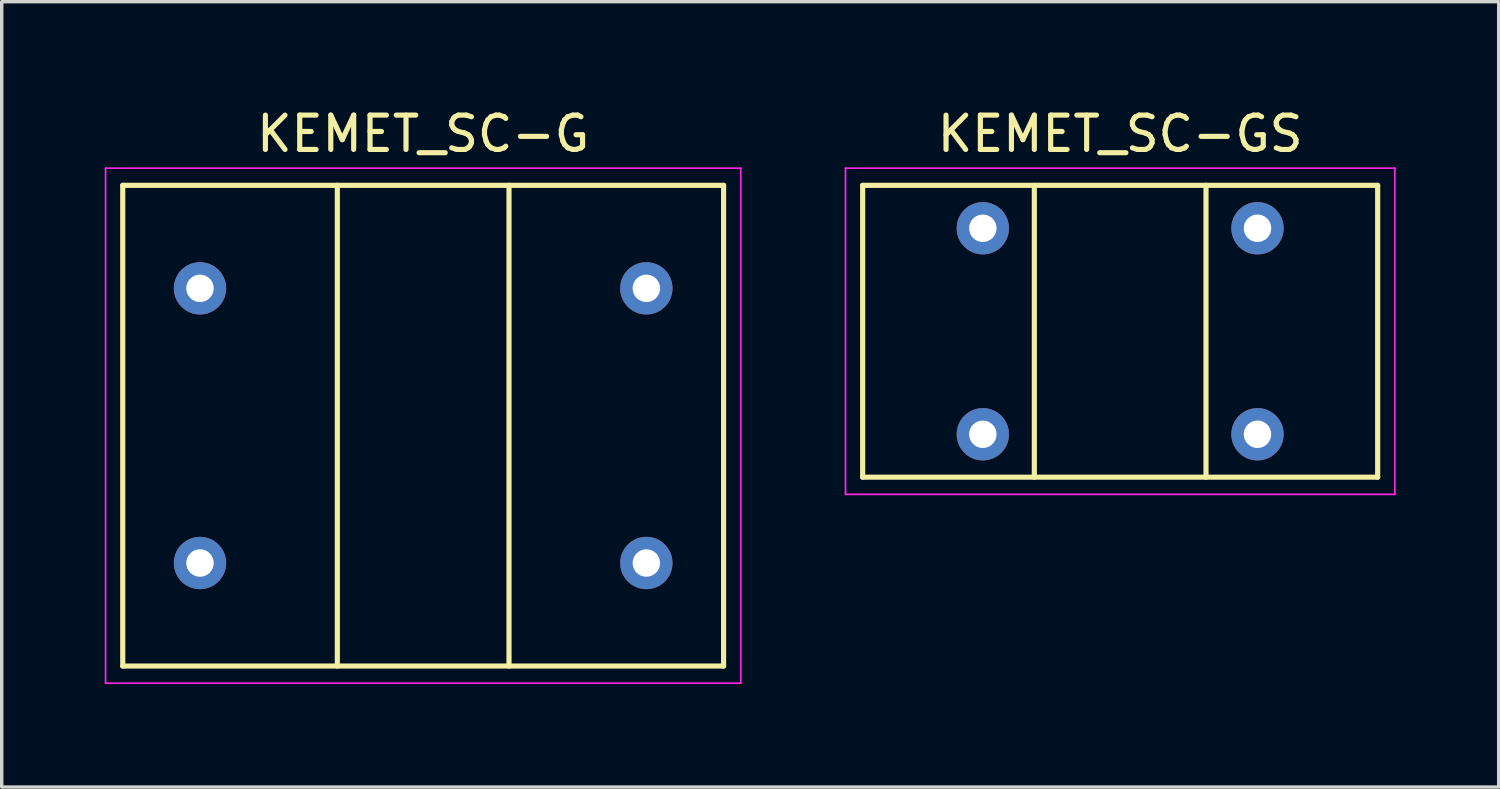
<source format=kicad_pcb>
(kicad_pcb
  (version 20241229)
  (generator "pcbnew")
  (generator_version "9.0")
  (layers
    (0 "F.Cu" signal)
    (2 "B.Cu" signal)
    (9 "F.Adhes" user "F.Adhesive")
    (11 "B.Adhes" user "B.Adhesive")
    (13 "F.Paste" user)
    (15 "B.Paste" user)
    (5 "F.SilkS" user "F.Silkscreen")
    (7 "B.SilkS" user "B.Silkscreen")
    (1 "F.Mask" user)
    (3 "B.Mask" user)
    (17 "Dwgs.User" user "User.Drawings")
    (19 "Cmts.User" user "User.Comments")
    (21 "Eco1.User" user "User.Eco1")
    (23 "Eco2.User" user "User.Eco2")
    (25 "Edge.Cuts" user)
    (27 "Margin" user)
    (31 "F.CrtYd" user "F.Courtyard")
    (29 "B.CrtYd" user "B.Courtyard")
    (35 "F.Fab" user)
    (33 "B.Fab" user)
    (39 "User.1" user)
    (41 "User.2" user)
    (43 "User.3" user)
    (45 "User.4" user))
  (footprint "KEMET_SC-GS"
    (layer "F.Cu")
    (at 29.575 6.598)
    (property "Reference" "KEMET_SC-GS" (at 0 -5.75 0) (layer "F.SilkS") (effects (font (size 1 1) (thickness 0.15))))
    (attr through_hole)
    (fp_line (start -7.5 -4.25) (end 7.5 -4.25) (stroke (width 0.15) (type solid)) (layer "F.SilkS"))
    (fp_line (start -7.5 4.25) (end -7.5 -4.25) (stroke (width 0.15) (type solid)) (layer "F.SilkS"))
    (fp_line (start -7.5 4.25) (end 7.5 4.25) (stroke (width 0.15) (type solid)) (layer "F.SilkS"))
    (fp_line (start -2.5 4.25) (end -2.5 -4.25) (stroke (width 0.15) (type solid)) (layer "F.SilkS"))
    (fp_line (start 2.5 4.25) (end 2.5 -4.25) (stroke (width 0.15) (type solid)) (layer "F.SilkS"))
    (fp_line (start 7.5 4.25) (end 7.5 -4.25) (stroke (width 0.15) (type solid)) (layer "F.SilkS"))
    (fp_line (start -8 -4.75) (end 8 -4.75) (stroke (width 0.05) (type solid)) (layer "F.CrtYd"))
    (fp_line (start -8 4.75) (end -8 -4.75) (stroke (width 0.05) (type solid)) (layer "F.CrtYd"))
    (fp_line (start -8 4.75) (end 8 4.75) (stroke (width 0.05) (type solid)) (layer "F.CrtYd"))
    (fp_line (start 8 4.75) (end 8 -4.75) (stroke (width 0.05) (type solid)) (layer "F.CrtYd"))
    (pad "1" thru_hole circle (at -4 3 90) (size 1.524 1.524) (drill 0.8) (layers "*.Cu" "*.Mask"))
    (pad "2" thru_hole circle (at -4 -3 90) (size 1.524 1.524) (drill 0.8) (layers "*.Cu" "*.Mask"))
    (pad "3" thru_hole circle (at 4 3 90) (size 1.524 1.524) (drill 0.8) (layers "*.Cu" "*.Mask"))
    (pad "4" thru_hole circle (at 4 -3 90) (size 1.524 1.524) (drill 0.8) (layers "*.Cu" "*.Mask")))
  (footprint "KEMET_SC-G"
    (layer "F.Cu")
    (at 9.275 9.348)
    (property "Reference" "KEMET_SC-G" (at 0 -8.5 0) (layer "F.SilkS") (effects (font (size 1 1) (thickness 0.15))))
    (attr through_hole)
    (fp_line (start -8.75 -7) (end 8.75 -7) (stroke (width 0.15) (type solid)) (layer "F.SilkS"))
    (fp_line (start -8.75 7) (end -8.75 -7) (stroke (width 0.15) (type solid)) (layer "F.SilkS"))
    (fp_line (start -8.75 7) (end 8.75 7) (stroke (width 0.15) (type solid)) (layer "F.SilkS"))
    (fp_line (start -2.5 7) (end -2.5 -7) (stroke (width 0.15) (type solid)) (layer "F.SilkS"))
    (fp_line (start 2.5 -7) (end 2.5 7) (stroke (width 0.15) (type solid)) (layer "F.SilkS"))
    (fp_line (start 8.75 7) (end 8.75 -7) (stroke (width 0.15) (type solid)) (layer "F.SilkS"))
    (fp_line (start -9.25 -7.5) (end 9.25 -7.5) (stroke (width 0.05) (type solid)) (layer "F.CrtYd"))
    (fp_line (start -9.25 7.5) (end -9.25 -7.5) (stroke (width 0.05) (type solid)) (layer "F.CrtYd"))
    (fp_line (start -9.25 7.5) (end 9.25 7.5) (stroke (width 0.05) (type solid)) (layer "F.CrtYd"))
    (fp_line (start 9.25 -7.5) (end 9.25 7.5) (stroke (width 0.05) (type solid)) (layer "F.CrtYd"))
    (pad "1" thru_hole circle (at -6.5 4 90) (size 1.524 1.524) (drill 0.8) (layers "*.Cu" "*.Mask"))
    (pad "2" thru_hole circle (at -6.5 -4 90) (size 1.524 1.524) (drill 0.8) (layers "*.Cu" "*.Mask"))
    (pad "3" thru_hole circle (at 6.5 4 90) (size 1.524 1.524) (drill 0.8) (layers "*.Cu" "*.Mask"))
    (pad "4" thru_hole circle (at 6.5 -4 90) (size 1.524 1.524) (drill 0.8) (layers "*.Cu" "*.Mask")))
  (gr_rect
    (start -3 -3)
    (end 40.6 19.873)
    (stroke (width 0.1) (type default))
    (fill no)
    (layer "Edge.Cuts")))
</source>
